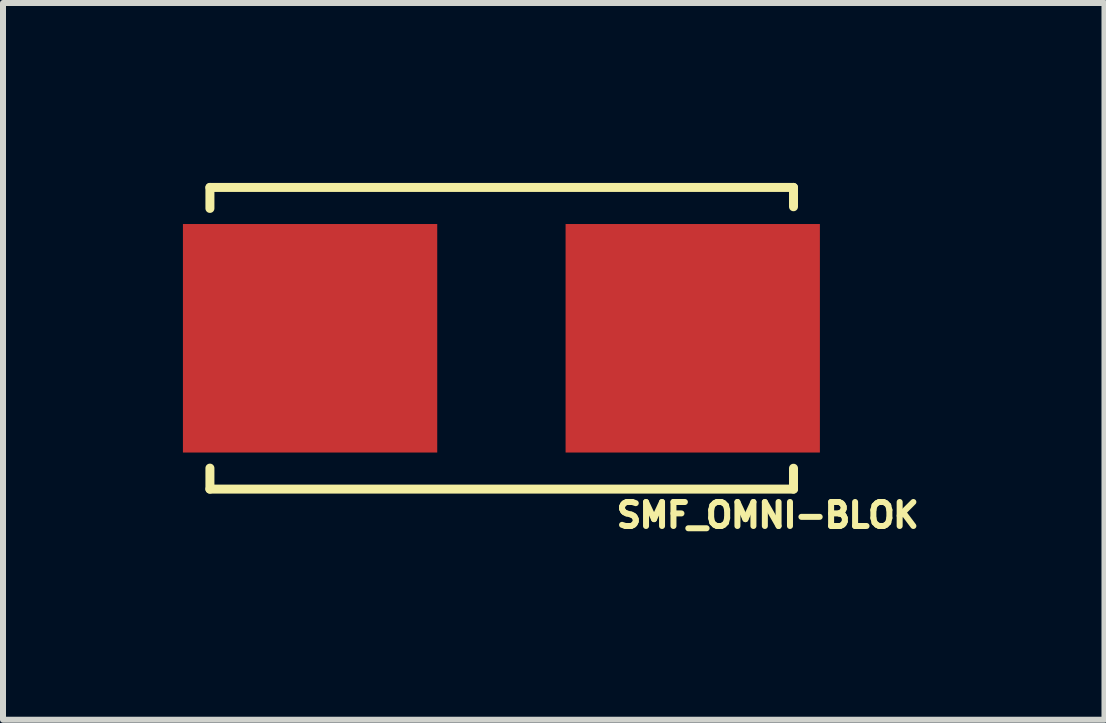
<source format=kicad_pcb>
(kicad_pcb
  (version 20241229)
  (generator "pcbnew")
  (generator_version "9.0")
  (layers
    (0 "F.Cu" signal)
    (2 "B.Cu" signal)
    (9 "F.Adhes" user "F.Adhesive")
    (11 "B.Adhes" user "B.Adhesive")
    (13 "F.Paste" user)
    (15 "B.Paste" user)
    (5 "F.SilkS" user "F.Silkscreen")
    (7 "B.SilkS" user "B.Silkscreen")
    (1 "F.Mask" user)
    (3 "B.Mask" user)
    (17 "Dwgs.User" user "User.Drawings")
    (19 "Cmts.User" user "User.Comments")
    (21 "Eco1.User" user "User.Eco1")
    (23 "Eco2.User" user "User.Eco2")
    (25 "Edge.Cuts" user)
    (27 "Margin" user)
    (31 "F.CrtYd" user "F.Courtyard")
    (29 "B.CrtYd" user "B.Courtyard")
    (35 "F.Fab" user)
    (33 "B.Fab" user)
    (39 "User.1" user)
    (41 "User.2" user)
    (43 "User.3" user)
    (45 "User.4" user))
  (footprint "SMF_OMNI-BLOK"
    (layer "F.Cu")
    (at 5.31 2.59)
    (property "Reference" "SMF_OMNI-BLOK" (at 4.44 2.95 0) (layer "F.SilkS") (effects (font (size 0.4 0.4) (thickness 0.1))))
    (attr through_hole)
    (fp_line (start -4.86 -2.515) (end 4.87 -2.515) (stroke (width 0.15) (type solid)) (layer "F.SilkS"))
    (fp_line (start -4.86 -2.165) (end -4.86 -2.515) (stroke (width 0.15) (type solid)) (layer "F.SilkS"))
    (fp_line (start -4.86 2.515) (end -4.86 2.165) (stroke (width 0.15) (type solid)) (layer "F.SilkS"))
    (fp_line (start -4.86 2.515) (end 4.87 2.515) (stroke (width 0.15) (type solid)) (layer "F.SilkS"))
    (fp_line (start 4.87 -2.193) (end 4.87 -2.515) (stroke (width 0.15) (type solid)) (layer "F.SilkS"))
    (fp_line (start 4.87 2.515) (end 4.87 2.167) (stroke (width 0.15) (type solid)) (layer "F.SilkS"))
    (pad "1" smd rect (at -3.19 0) (size 4.24 3.81) (layers "F.Cu" "F.Mask" "F.Paste"))
    (pad "2" smd rect (at 3.19 0) (size 4.24 3.81) (layers "F.Cu" "F.Mask" "F.Paste")))
  (gr_rect
    (start -3 -3)
    (end 15.365 8.95)
    (stroke (width 0.1) (type default))
    (fill no)
    (layer "Edge.Cuts")))
</source>
